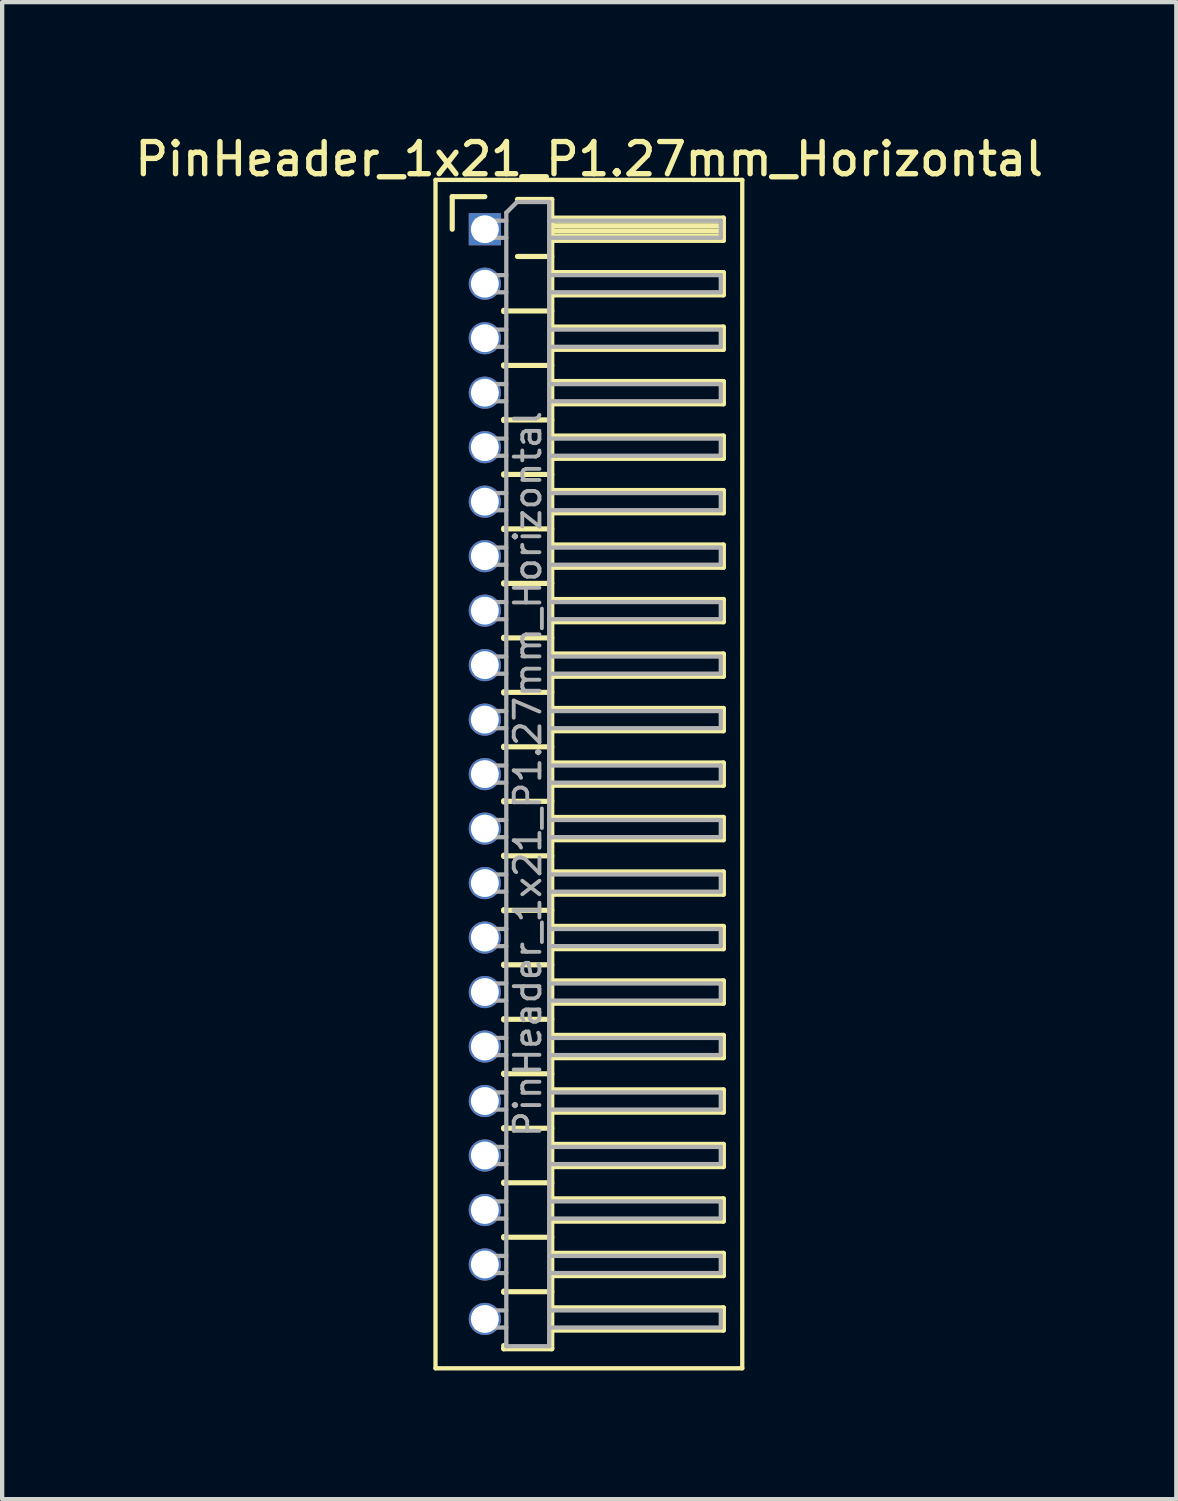
<source format=kicad_pcb>
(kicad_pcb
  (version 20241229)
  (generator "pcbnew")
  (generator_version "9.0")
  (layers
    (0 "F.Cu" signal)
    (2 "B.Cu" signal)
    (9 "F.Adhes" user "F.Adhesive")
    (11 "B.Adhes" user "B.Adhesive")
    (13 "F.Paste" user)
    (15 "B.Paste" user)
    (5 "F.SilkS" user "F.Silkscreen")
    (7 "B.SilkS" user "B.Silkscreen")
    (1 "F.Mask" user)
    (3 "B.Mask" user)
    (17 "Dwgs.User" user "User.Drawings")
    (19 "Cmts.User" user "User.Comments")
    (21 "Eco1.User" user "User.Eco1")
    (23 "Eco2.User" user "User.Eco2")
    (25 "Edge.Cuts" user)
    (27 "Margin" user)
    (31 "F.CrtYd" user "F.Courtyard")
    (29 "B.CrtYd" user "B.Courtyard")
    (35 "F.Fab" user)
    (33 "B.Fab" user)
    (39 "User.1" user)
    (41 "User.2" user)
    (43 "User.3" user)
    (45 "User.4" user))
  (footprint "PinHeader_1x21_P1.27mm_Horizontal"
    (layer "F.Cu")
    (at 8.251 2.293)
    (property "Reference" "PinHeader_1x21_P1.27mm_Horizontal" (at 2.433 -1.635 0) (layer "F.SilkS") (effects (font (size 0.75 0.75) (thickness 0.125))))
    (attr through_hole)
    (fp_line (start -1.15 -1.15) (end -1.15 26.55) (stroke (width 0.1) (type solid)) (layer "F.SilkS"))
    (fp_line (start -1.15 26.55) (end 6 26.55) (stroke (width 0.1) (type solid)) (layer "F.SilkS"))
    (fp_line (start -0.76 -0.76) (end 0 -0.76) (stroke (width 0.12) (type solid)) (layer "F.SilkS"))
    (fp_line (start -0.76 0) (end -0.76 -0.76) (stroke (width 0.12) (type solid)) (layer "F.SilkS"))
    (fp_line (start 0.44 1.89) (end 0.44 1.92) (stroke (width 0.12) (type solid)) (layer "F.SilkS"))
    (fp_line (start 0.44 1.905) (end 1.56 1.905) (stroke (width 0.12) (type solid)) (layer "F.SilkS"))
    (fp_line (start 0.44 3.16) (end 0.44 3.19) (stroke (width 0.12) (type solid)) (layer "F.SilkS"))
    (fp_line (start 0.44 3.175) (end 1.56 3.175) (stroke (width 0.12) (type solid)) (layer "F.SilkS"))
    (fp_line (start 0.44 4.43) (end 0.44 4.46) (stroke (width 0.12) (type solid)) (layer "F.SilkS"))
    (fp_line (start 0.44 4.445) (end 1.56 4.445) (stroke (width 0.12) (type solid)) (layer "F.SilkS"))
    (fp_line (start 0.44 5.7) (end 0.44 5.73) (stroke (width 0.12) (type solid)) (layer "F.SilkS"))
    (fp_line (start 0.44 5.715) (end 1.56 5.715) (stroke (width 0.12) (type solid)) (layer "F.SilkS"))
    (fp_line (start 0.44 6.97) (end 0.44 7) (stroke (width 0.12) (type solid)) (layer "F.SilkS"))
    (fp_line (start 0.44 6.985) (end 1.56 6.985) (stroke (width 0.12) (type solid)) (layer "F.SilkS"))
    (fp_line (start 0.44 8.24) (end 0.44 8.27) (stroke (width 0.12) (type solid)) (layer "F.SilkS"))
    (fp_line (start 0.44 8.255) (end 1.56 8.255) (stroke (width 0.12) (type solid)) (layer "F.SilkS"))
    (fp_line (start 0.44 9.51) (end 0.44 9.54) (stroke (width 0.12) (type solid)) (layer "F.SilkS"))
    (fp_line (start 0.44 9.525) (end 1.56 9.525) (stroke (width 0.12) (type solid)) (layer "F.SilkS"))
    (fp_line (start 0.44 10.78) (end 0.44 10.81) (stroke (width 0.12) (type solid)) (layer "F.SilkS"))
    (fp_line (start 0.44 10.795) (end 1.56 10.795) (stroke (width 0.12) (type solid)) (layer "F.SilkS"))
    (fp_line (start 0.44 12.05) (end 0.44 12.08) (stroke (width 0.12) (type solid)) (layer "F.SilkS"))
    (fp_line (start 0.44 12.065) (end 1.56 12.065) (stroke (width 0.12) (type solid)) (layer "F.SilkS"))
    (fp_line (start 0.44 13.32) (end 0.44 13.35) (stroke (width 0.12) (type solid)) (layer "F.SilkS"))
    (fp_line (start 0.44 13.335) (end 1.56 13.335) (stroke (width 0.12) (type solid)) (layer "F.SilkS"))
    (fp_line (start 0.44 14.59) (end 0.44 14.62) (stroke (width 0.12) (type solid)) (layer "F.SilkS"))
    (fp_line (start 0.44 14.605) (end 1.56 14.605) (stroke (width 0.12) (type solid)) (layer "F.SilkS"))
    (fp_line (start 0.44 15.86) (end 0.44 15.89) (stroke (width 0.12) (type solid)) (layer "F.SilkS"))
    (fp_line (start 0.44 15.875) (end 1.56 15.875) (stroke (width 0.12) (type solid)) (layer "F.SilkS"))
    (fp_line (start 0.44 17.13) (end 0.44 17.16) (stroke (width 0.12) (type solid)) (layer "F.SilkS"))
    (fp_line (start 0.44 17.145) (end 1.56 17.145) (stroke (width 0.12) (type solid)) (layer "F.SilkS"))
    (fp_line (start 0.44 18.4) (end 0.44 18.43) (stroke (width 0.12) (type solid)) (layer "F.SilkS"))
    (fp_line (start 0.44 18.415) (end 1.56 18.415) (stroke (width 0.12) (type solid)) (layer "F.SilkS"))
    (fp_line (start 0.44 19.67) (end 0.44 19.7) (stroke (width 0.12) (type solid)) (layer "F.SilkS"))
    (fp_line (start 0.44 19.685) (end 1.56 19.685) (stroke (width 0.12) (type solid)) (layer "F.SilkS"))
    (fp_line (start 0.44 20.94) (end 0.44 20.97) (stroke (width 0.12) (type solid)) (layer "F.SilkS"))
    (fp_line (start 0.44 20.955) (end 1.56 20.955) (stroke (width 0.12) (type solid)) (layer "F.SilkS"))
    (fp_line (start 0.44 22.21) (end 0.44 22.24) (stroke (width 0.12) (type solid)) (layer "F.SilkS"))
    (fp_line (start 0.44 22.225) (end 1.56 22.225) (stroke (width 0.12) (type solid)) (layer "F.SilkS"))
    (fp_line (start 0.44 23.48) (end 0.44 23.51) (stroke (width 0.12) (type solid)) (layer "F.SilkS"))
    (fp_line (start 0.44 23.495) (end 1.56 23.495) (stroke (width 0.12) (type solid)) (layer "F.SilkS"))
    (fp_line (start 0.44 24.75) (end 0.44 24.78) (stroke (width 0.12) (type solid)) (layer "F.SilkS"))
    (fp_line (start 0.44 24.765) (end 1.56 24.765) (stroke (width 0.12) (type solid)) (layer "F.SilkS"))
    (fp_line (start 0.44 26.095) (end 0.44 26.02) (stroke (width 0.12) (type solid)) (layer "F.SilkS"))
    (fp_line (start 0.76 -0.695) (end 1.56 -0.695) (stroke (width 0.12) (type solid)) (layer "F.SilkS"))
    (fp_line (start 0.76 0.635) (end 1.56 0.635) (stroke (width 0.12) (type solid)) (layer "F.SilkS"))
    (fp_line (start 1.56 -0.695) (end 1.56 26.095) (stroke (width 0.12) (type solid)) (layer "F.SilkS"))
    (fp_line (start 1.56 -0.26) (end 5.56 -0.26) (stroke (width 0.12) (type solid)) (layer "F.SilkS"))
    (fp_line (start 1.56 -0.2) (end 5.56 -0.2) (stroke (width 0.12) (type solid)) (layer "F.SilkS"))
    (fp_line (start 1.56 -0.08) (end 5.56 -0.08) (stroke (width 0.12) (type solid)) (layer "F.SilkS"))
    (fp_line (start 1.56 0.04) (end 5.56 0.04) (stroke (width 0.12) (type solid)) (layer "F.SilkS"))
    (fp_line (start 1.56 0.16) (end 5.56 0.16) (stroke (width 0.12) (type solid)) (layer "F.SilkS"))
    (fp_line (start 1.56 1.01) (end 5.56 1.01) (stroke (width 0.12) (type solid)) (layer "F.SilkS"))
    (fp_line (start 1.56 2.28) (end 5.56 2.28) (stroke (width 0.12) (type solid)) (layer "F.SilkS"))
    (fp_line (start 1.56 3.55) (end 5.56 3.55) (stroke (width 0.12) (type solid)) (layer "F.SilkS"))
    (fp_line (start 1.56 4.82) (end 5.56 4.82) (stroke (width 0.12) (type solid)) (layer "F.SilkS"))
    (fp_line (start 1.56 6.09) (end 5.56 6.09) (stroke (width 0.12) (type solid)) (layer "F.SilkS"))
    (fp_line (start 1.56 7.36) (end 5.56 7.36) (stroke (width 0.12) (type solid)) (layer "F.SilkS"))
    (fp_line (start 1.56 8.63) (end 5.56 8.63) (stroke (width 0.12) (type solid)) (layer "F.SilkS"))
    (fp_line (start 1.56 9.9) (end 5.56 9.9) (stroke (width 0.12) (type solid)) (layer "F.SilkS"))
    (fp_line (start 1.56 11.17) (end 5.56 11.17) (stroke (width 0.12) (type solid)) (layer "F.SilkS"))
    (fp_line (start 1.56 12.44) (end 5.56 12.44) (stroke (width 0.12) (type solid)) (layer "F.SilkS"))
    (fp_line (start 1.56 13.71) (end 5.56 13.71) (stroke (width 0.12) (type solid)) (layer "F.SilkS"))
    (fp_line (start 1.56 14.98) (end 5.56 14.98) (stroke (width 0.12) (type solid)) (layer "F.SilkS"))
    (fp_line (start 1.56 16.25) (end 5.56 16.25) (stroke (width 0.12) (type solid)) (layer "F.SilkS"))
    (fp_line (start 1.56 17.52) (end 5.56 17.52) (stroke (width 0.12) (type solid)) (layer "F.SilkS"))
    (fp_line (start 1.56 18.79) (end 5.56 18.79) (stroke (width 0.12) (type solid)) (layer "F.SilkS"))
    (fp_line (start 1.56 20.06) (end 5.56 20.06) (stroke (width 0.12) (type solid)) (layer "F.SilkS"))
    (fp_line (start 1.56 21.33) (end 5.56 21.33) (stroke (width 0.12) (type solid)) (layer "F.SilkS"))
    (fp_line (start 1.56 22.6) (end 5.56 22.6) (stroke (width 0.12) (type solid)) (layer "F.SilkS"))
    (fp_line (start 1.56 23.87) (end 5.56 23.87) (stroke (width 0.12) (type solid)) (layer "F.SilkS"))
    (fp_line (start 1.56 25.14) (end 5.56 25.14) (stroke (width 0.12) (type solid)) (layer "F.SilkS"))
    (fp_line (start 1.56 26.095) (end 0.44 26.095) (stroke (width 0.12) (type solid)) (layer "F.SilkS"))
    (fp_line (start 5.56 -0.26) (end 5.56 0.26) (stroke (width 0.12) (type solid)) (layer "F.SilkS"))
    (fp_line (start 5.56 0.26) (end 1.56 0.26) (stroke (width 0.12) (type solid)) (layer "F.SilkS"))
    (fp_line (start 5.56 1.01) (end 5.56 1.53) (stroke (width 0.12) (type solid)) (layer "F.SilkS"))
    (fp_line (start 5.56 1.53) (end 1.56 1.53) (stroke (width 0.12) (type solid)) (layer "F.SilkS"))
    (fp_line (start 5.56 2.28) (end 5.56 2.8) (stroke (width 0.12) (type solid)) (layer "F.SilkS"))
    (fp_line (start 5.56 2.8) (end 1.56 2.8) (stroke (width 0.12) (type solid)) (layer "F.SilkS"))
    (fp_line (start 5.56 3.55) (end 5.56 4.07) (stroke (width 0.12) (type solid)) (layer "F.SilkS"))
    (fp_line (start 5.56 4.07) (end 1.56 4.07) (stroke (width 0.12) (type solid)) (layer "F.SilkS"))
    (fp_line (start 5.56 4.82) (end 5.56 5.34) (stroke (width 0.12) (type solid)) (layer "F.SilkS"))
    (fp_line (start 5.56 5.34) (end 1.56 5.34) (stroke (width 0.12) (type solid)) (layer "F.SilkS"))
    (fp_line (start 5.56 6.09) (end 5.56 6.61) (stroke (width 0.12) (type solid)) (layer "F.SilkS"))
    (fp_line (start 5.56 6.61) (end 1.56 6.61) (stroke (width 0.12) (type solid)) (layer "F.SilkS"))
    (fp_line (start 5.56 7.36) (end 5.56 7.88) (stroke (width 0.12) (type solid)) (layer "F.SilkS"))
    (fp_line (start 5.56 7.88) (end 1.56 7.88) (stroke (width 0.12) (type solid)) (layer "F.SilkS"))
    (fp_line (start 5.56 8.63) (end 5.56 9.15) (stroke (width 0.12) (type solid)) (layer "F.SilkS"))
    (fp_line (start 5.56 9.15) (end 1.56 9.15) (stroke (width 0.12) (type solid)) (layer "F.SilkS"))
    (fp_line (start 5.56 9.9) (end 5.56 10.42) (stroke (width 0.12) (type solid)) (layer "F.SilkS"))
    (fp_line (start 5.56 10.42) (end 1.56 10.42) (stroke (width 0.12) (type solid)) (layer "F.SilkS"))
    (fp_line (start 5.56 11.17) (end 5.56 11.69) (stroke (width 0.12) (type solid)) (layer "F.SilkS"))
    (fp_line (start 5.56 11.69) (end 1.56 11.69) (stroke (width 0.12) (type solid)) (layer "F.SilkS"))
    (fp_line (start 5.56 12.44) (end 5.56 12.96) (stroke (width 0.12) (type solid)) (layer "F.SilkS"))
    (fp_line (start 5.56 12.96) (end 1.56 12.96) (stroke (width 0.12) (type solid)) (layer "F.SilkS"))
    (fp_line (start 5.56 13.71) (end 5.56 14.23) (stroke (width 0.12) (type solid)) (layer "F.SilkS"))
    (fp_line (start 5.56 14.23) (end 1.56 14.23) (stroke (width 0.12) (type solid)) (layer "F.SilkS"))
    (fp_line (start 5.56 14.98) (end 5.56 15.5) (stroke (width 0.12) (type solid)) (layer "F.SilkS"))
    (fp_line (start 5.56 15.5) (end 1.56 15.5) (stroke (width 0.12) (type solid)) (layer "F.SilkS"))
    (fp_line (start 5.56 16.25) (end 5.56 16.77) (stroke (width 0.12) (type solid)) (layer "F.SilkS"))
    (fp_line (start 5.56 16.77) (end 1.56 16.77) (stroke (width 0.12) (type solid)) (layer "F.SilkS"))
    (fp_line (start 5.56 17.52) (end 5.56 18.04) (stroke (width 0.12) (type solid)) (layer "F.SilkS"))
    (fp_line (start 5.56 18.04) (end 1.56 18.04) (stroke (width 0.12) (type solid)) (layer "F.SilkS"))
    (fp_line (start 5.56 18.79) (end 5.56 19.31) (stroke (width 0.12) (type solid)) (layer "F.SilkS"))
    (fp_line (start 5.56 19.31) (end 1.56 19.31) (stroke (width 0.12) (type solid)) (layer "F.SilkS"))
    (fp_line (start 5.56 20.06) (end 5.56 20.58) (stroke (width 0.12) (type solid)) (layer "F.SilkS"))
    (fp_line (start 5.56 20.58) (end 1.56 20.58) (stroke (width 0.12) (type solid)) (layer "F.SilkS"))
    (fp_line (start 5.56 21.33) (end 5.56 21.85) (stroke (width 0.12) (type solid)) (layer "F.SilkS"))
    (fp_line (start 5.56 21.85) (end 1.56 21.85) (stroke (width 0.12) (type solid)) (layer "F.SilkS"))
    (fp_line (start 5.56 22.6) (end 5.56 23.12) (stroke (width 0.12) (type solid)) (layer "F.SilkS"))
    (fp_line (start 5.56 23.12) (end 1.56 23.12) (stroke (width 0.12) (type solid)) (layer "F.SilkS"))
    (fp_line (start 5.56 23.87) (end 5.56 24.39) (stroke (width 0.12) (type solid)) (layer "F.SilkS"))
    (fp_line (start 5.56 24.39) (end 1.56 24.39) (stroke (width 0.12) (type solid)) (layer "F.SilkS"))
    (fp_line (start 5.56 25.14) (end 5.56 25.66) (stroke (width 0.12) (type solid)) (layer "F.SilkS"))
    (fp_line (start 5.56 25.66) (end 1.56 25.66) (stroke (width 0.12) (type solid)) (layer "F.SilkS"))
    (fp_line (start 6 -1.15) (end -1.15 -1.15) (stroke (width 0.1) (type solid)) (layer "F.SilkS"))
    (fp_line (start 6 26.55) (end 6 -1.15) (stroke (width 0.1) (type solid)) (layer "F.SilkS"))
    (fp_line (start -0.2 -0.2) (end -0.2 0.2) (stroke (width 0.1) (type solid)) (layer "F.Fab"))
    (fp_line (start -0.2 -0.2) (end 0.5 -0.2) (stroke (width 0.1) (type solid)) (layer "F.Fab"))
    (fp_line (start -0.2 0.2) (end 0.5 0.2) (stroke (width 0.1) (type solid)) (layer "F.Fab"))
    (fp_line (start -0.2 1.07) (end -0.2 1.47) (stroke (width 0.1) (type solid)) (layer "F.Fab"))
    (fp_line (start -0.2 1.07) (end 0.5 1.07) (stroke (width 0.1) (type solid)) (layer "F.Fab"))
    (fp_line (start -0.2 1.47) (end 0.5 1.47) (stroke (width 0.1) (type solid)) (layer "F.Fab"))
    (fp_line (start -0.2 2.34) (end -0.2 2.74) (stroke (width 0.1) (type solid)) (layer "F.Fab"))
    (fp_line (start -0.2 2.34) (end 0.5 2.34) (stroke (width 0.1) (type solid)) (layer "F.Fab"))
    (fp_line (start -0.2 2.74) (end 0.5 2.74) (stroke (width 0.1) (type solid)) (layer "F.Fab"))
    (fp_line (start -0.2 3.61) (end -0.2 4.01) (stroke (width 0.1) (type solid)) (layer "F.Fab"))
    (fp_line (start -0.2 3.61) (end 0.5 3.61) (stroke (width 0.1) (type solid)) (layer "F.Fab"))
    (fp_line (start -0.2 4.01) (end 0.5 4.01) (stroke (width 0.1) (type solid)) (layer "F.Fab"))
    (fp_line (start -0.2 4.88) (end -0.2 5.28) (stroke (width 0.1) (type solid)) (layer "F.Fab"))
    (fp_line (start -0.2 4.88) (end 0.5 4.88) (stroke (width 0.1) (type solid)) (layer "F.Fab"))
    (fp_line (start -0.2 5.28) (end 0.5 5.28) (stroke (width 0.1) (type solid)) (layer "F.Fab"))
    (fp_line (start -0.2 6.15) (end -0.2 6.55) (stroke (width 0.1) (type solid)) (layer "F.Fab"))
    (fp_line (start -0.2 6.15) (end 0.5 6.15) (stroke (width 0.1) (type solid)) (layer "F.Fab"))
    (fp_line (start -0.2 6.55) (end 0.5 6.55) (stroke (width 0.1) (type solid)) (layer "F.Fab"))
    (fp_line (start -0.2 7.42) (end -0.2 7.82) (stroke (width 0.1) (type solid)) (layer "F.Fab"))
    (fp_line (start -0.2 7.42) (end 0.5 7.42) (stroke (width 0.1) (type solid)) (layer "F.Fab"))
    (fp_line (start -0.2 7.82) (end 0.5 7.82) (stroke (width 0.1) (type solid)) (layer "F.Fab"))
    (fp_line (start -0.2 8.69) (end -0.2 9.09) (stroke (width 0.1) (type solid)) (layer "F.Fab"))
    (fp_line (start -0.2 8.69) (end 0.5 8.69) (stroke (width 0.1) (type solid)) (layer "F.Fab"))
    (fp_line (start -0.2 9.09) (end 0.5 9.09) (stroke (width 0.1) (type solid)) (layer "F.Fab"))
    (fp_line (start -0.2 9.96) (end -0.2 10.36) (stroke (width 0.1) (type solid)) (layer "F.Fab"))
    (fp_line (start -0.2 9.96) (end 0.5 9.96) (stroke (width 0.1) (type solid)) (layer "F.Fab"))
    (fp_line (start -0.2 10.36) (end 0.5 10.36) (stroke (width 0.1) (type solid)) (layer "F.Fab"))
    (fp_line (start -0.2 11.23) (end -0.2 11.63) (stroke (width 0.1) (type solid)) (layer "F.Fab"))
    (fp_line (start -0.2 11.23) (end 0.5 11.23) (stroke (width 0.1) (type solid)) (layer "F.Fab"))
    (fp_line (start -0.2 11.63) (end 0.5 11.63) (stroke (width 0.1) (type solid)) (layer "F.Fab"))
    (fp_line (start -0.2 12.5) (end -0.2 12.9) (stroke (width 0.1) (type solid)) (layer "F.Fab"))
    (fp_line (start -0.2 12.5) (end 0.5 12.5) (stroke (width 0.1) (type solid)) (layer "F.Fab"))
    (fp_line (start -0.2 12.9) (end 0.5 12.9) (stroke (width 0.1) (type solid)) (layer "F.Fab"))
    (fp_line (start -0.2 13.77) (end -0.2 14.17) (stroke (width 0.1) (type solid)) (layer "F.Fab"))
    (fp_line (start -0.2 13.77) (end 0.5 13.77) (stroke (width 0.1) (type solid)) (layer "F.Fab"))
    (fp_line (start -0.2 14.17) (end 0.5 14.17) (stroke (width 0.1) (type solid)) (layer "F.Fab"))
    (fp_line (start -0.2 15.04) (end -0.2 15.44) (stroke (width 0.1) (type solid)) (layer "F.Fab"))
    (fp_line (start -0.2 15.04) (end 0.5 15.04) (stroke (width 0.1) (type solid)) (layer "F.Fab"))
    (fp_line (start -0.2 15.44) (end 0.5 15.44) (stroke (width 0.1) (type solid)) (layer "F.Fab"))
    (fp_line (start -0.2 16.31) (end -0.2 16.71) (stroke (width 0.1) (type solid)) (layer "F.Fab"))
    (fp_line (start -0.2 16.31) (end 0.5 16.31) (stroke (width 0.1) (type solid)) (layer "F.Fab"))
    (fp_line (start -0.2 16.71) (end 0.5 16.71) (stroke (width 0.1) (type solid)) (layer "F.Fab"))
    (fp_line (start -0.2 17.58) (end -0.2 17.98) (stroke (width 0.1) (type solid)) (layer "F.Fab"))
    (fp_line (start -0.2 17.58) (end 0.5 17.58) (stroke (width 0.1) (type solid)) (layer "F.Fab"))
    (fp_line (start -0.2 17.98) (end 0.5 17.98) (stroke (width 0.1) (type solid)) (layer "F.Fab"))
    (fp_line (start -0.2 18.85) (end -0.2 19.25) (stroke (width 0.1) (type solid)) (layer "F.Fab"))
    (fp_line (start -0.2 18.85) (end 0.5 18.85) (stroke (width 0.1) (type solid)) (layer "F.Fab"))
    (fp_line (start -0.2 19.25) (end 0.5 19.25) (stroke (width 0.1) (type solid)) (layer "F.Fab"))
    (fp_line (start -0.2 20.12) (end -0.2 20.52) (stroke (width 0.1) (type solid)) (layer "F.Fab"))
    (fp_line (start -0.2 20.12) (end 0.5 20.12) (stroke (width 0.1) (type solid)) (layer "F.Fab"))
    (fp_line (start -0.2 20.52) (end 0.5 20.52) (stroke (width 0.1) (type solid)) (layer "F.Fab"))
    (fp_line (start -0.2 21.39) (end -0.2 21.79) (stroke (width 0.1) (type solid)) (layer "F.Fab"))
    (fp_line (start -0.2 21.39) (end 0.5 21.39) (stroke (width 0.1) (type solid)) (layer "F.Fab"))
    (fp_line (start -0.2 21.79) (end 0.5 21.79) (stroke (width 0.1) (type solid)) (layer "F.Fab"))
    (fp_line (start -0.2 22.66) (end -0.2 23.06) (stroke (width 0.1) (type solid)) (layer "F.Fab"))
    (fp_line (start -0.2 22.66) (end 0.5 22.66) (stroke (width 0.1) (type solid)) (layer "F.Fab"))
    (fp_line (start -0.2 23.06) (end 0.5 23.06) (stroke (width 0.1) (type solid)) (layer "F.Fab"))
    (fp_line (start -0.2 23.93) (end -0.2 24.33) (stroke (width 0.1) (type solid)) (layer "F.Fab"))
    (fp_line (start -0.2 23.93) (end 0.5 23.93) (stroke (width 0.1) (type solid)) (layer "F.Fab"))
    (fp_line (start -0.2 24.33) (end 0.5 24.33) (stroke (width 0.1) (type solid)) (layer "F.Fab"))
    (fp_line (start -0.2 25.2) (end -0.2 25.6) (stroke (width 0.1) (type solid)) (layer "F.Fab"))
    (fp_line (start -0.2 25.2) (end 0.5 25.2) (stroke (width 0.1) (type solid)) (layer "F.Fab"))
    (fp_line (start -0.2 25.6) (end 0.5 25.6) (stroke (width 0.1) (type solid)) (layer "F.Fab"))
    (fp_line (start 0.5 -0.385) (end 0.75 -0.635) (stroke (width 0.1) (type solid)) (layer "F.Fab"))
    (fp_line (start 0.5 26.035) (end 0.5 -0.385) (stroke (width 0.1) (type solid)) (layer "F.Fab"))
    (fp_line (start 0.75 -0.635) (end 1.5 -0.635) (stroke (width 0.1) (type solid)) (layer "F.Fab"))
    (fp_line (start 1.5 -0.635) (end 1.5 26.035) (stroke (width 0.1) (type solid)) (layer "F.Fab"))
    (fp_line (start 1.5 -0.2) (end 5.5 -0.2) (stroke (width 0.1) (type solid)) (layer "F.Fab"))
    (fp_line (start 1.5 0.2) (end 5.5 0.2) (stroke (width 0.1) (type solid)) (layer "F.Fab"))
    (fp_line (start 1.5 1.07) (end 5.5 1.07) (stroke (width 0.1) (type solid)) (layer "F.Fab"))
    (fp_line (start 1.5 1.47) (end 5.5 1.47) (stroke (width 0.1) (type solid)) (layer "F.Fab"))
    (fp_line (start 1.5 2.34) (end 5.5 2.34) (stroke (width 0.1) (type solid)) (layer "F.Fab"))
    (fp_line (start 1.5 2.74) (end 5.5 2.74) (stroke (width 0.1) (type solid)) (layer "F.Fab"))
    (fp_line (start 1.5 3.61) (end 5.5 3.61) (stroke (width 0.1) (type solid)) (layer "F.Fab"))
    (fp_line (start 1.5 4.01) (end 5.5 4.01) (stroke (width 0.1) (type solid)) (layer "F.Fab"))
    (fp_line (start 1.5 4.88) (end 5.5 4.88) (stroke (width 0.1) (type solid)) (layer "F.Fab"))
    (fp_line (start 1.5 5.28) (end 5.5 5.28) (stroke (width 0.1) (type solid)) (layer "F.Fab"))
    (fp_line (start 1.5 6.15) (end 5.5 6.15) (stroke (width 0.1) (type solid)) (layer "F.Fab"))
    (fp_line (start 1.5 6.55) (end 5.5 6.55) (stroke (width 0.1) (type solid)) (layer "F.Fab"))
    (fp_line (start 1.5 7.42) (end 5.5 7.42) (stroke (width 0.1) (type solid)) (layer "F.Fab"))
    (fp_line (start 1.5 7.82) (end 5.5 7.82) (stroke (width 0.1) (type solid)) (layer "F.Fab"))
    (fp_line (start 1.5 8.69) (end 5.5 8.69) (stroke (width 0.1) (type solid)) (layer "F.Fab"))
    (fp_line (start 1.5 9.09) (end 5.5 9.09) (stroke (width 0.1) (type solid)) (layer "F.Fab"))
    (fp_line (start 1.5 9.96) (end 5.5 9.96) (stroke (width 0.1) (type solid)) (layer "F.Fab"))
    (fp_line (start 1.5 10.36) (end 5.5 10.36) (stroke (width 0.1) (type solid)) (layer "F.Fab"))
    (fp_line (start 1.5 11.23) (end 5.5 11.23) (stroke (width 0.1) (type solid)) (layer "F.Fab"))
    (fp_line (start 1.5 11.63) (end 5.5 11.63) (stroke (width 0.1) (type solid)) (layer "F.Fab"))
    (fp_line (start 1.5 12.5) (end 5.5 12.5) (stroke (width 0.1) (type solid)) (layer "F.Fab"))
    (fp_line (start 1.5 12.9) (end 5.5 12.9) (stroke (width 0.1) (type solid)) (layer "F.Fab"))
    (fp_line (start 1.5 13.77) (end 5.5 13.77) (stroke (width 0.1) (type solid)) (layer "F.Fab"))
    (fp_line (start 1.5 14.17) (end 5.5 14.17) (stroke (width 0.1) (type solid)) (layer "F.Fab"))
    (fp_line (start 1.5 15.04) (end 5.5 15.04) (stroke (width 0.1) (type solid)) (layer "F.Fab"))
    (fp_line (start 1.5 15.44) (end 5.5 15.44) (stroke (width 0.1) (type solid)) (layer "F.Fab"))
    (fp_line (start 1.5 16.31) (end 5.5 16.31) (stroke (width 0.1) (type solid)) (layer "F.Fab"))
    (fp_line (start 1.5 16.71) (end 5.5 16.71) (stroke (width 0.1) (type solid)) (layer "F.Fab"))
    (fp_line (start 1.5 17.58) (end 5.5 17.58) (stroke (width 0.1) (type solid)) (layer "F.Fab"))
    (fp_line (start 1.5 17.98) (end 5.5 17.98) (stroke (width 0.1) (type solid)) (layer "F.Fab"))
    (fp_line (start 1.5 18.85) (end 5.5 18.85) (stroke (width 0.1) (type solid)) (layer "F.Fab"))
    (fp_line (start 1.5 19.25) (end 5.5 19.25) (stroke (width 0.1) (type solid)) (layer "F.Fab"))
    (fp_line (start 1.5 20.12) (end 5.5 20.12) (stroke (width 0.1) (type solid)) (layer "F.Fab"))
    (fp_line (start 1.5 20.52) (end 5.5 20.52) (stroke (width 0.1) (type solid)) (layer "F.Fab"))
    (fp_line (start 1.5 21.39) (end 5.5 21.39) (stroke (width 0.1) (type solid)) (layer "F.Fab"))
    (fp_line (start 1.5 21.79) (end 5.5 21.79) (stroke (width 0.1) (type solid)) (layer "F.Fab"))
    (fp_line (start 1.5 22.66) (end 5.5 22.66) (stroke (width 0.1) (type solid)) (layer "F.Fab"))
    (fp_line (start 1.5 23.06) (end 5.5 23.06) (stroke (width 0.1) (type solid)) (layer "F.Fab"))
    (fp_line (start 1.5 23.93) (end 5.5 23.93) (stroke (width 0.1) (type solid)) (layer "F.Fab"))
    (fp_line (start 1.5 24.33) (end 5.5 24.33) (stroke (width 0.1) (type solid)) (layer "F.Fab"))
    (fp_line (start 1.5 25.2) (end 5.5 25.2) (stroke (width 0.1) (type solid)) (layer "F.Fab"))
    (fp_line (start 1.5 25.6) (end 5.5 25.6) (stroke (width 0.1) (type solid)) (layer "F.Fab"))
    (fp_line (start 1.5 26.035) (end 0.5 26.035) (stroke (width 0.1) (type solid)) (layer "F.Fab"))
    (fp_line (start 5.5 -0.2) (end 5.5 0.2) (stroke (width 0.1) (type solid)) (layer "F.Fab"))
    (fp_line (start 5.5 1.07) (end 5.5 1.47) (stroke (width 0.1) (type solid)) (layer "F.Fab"))
    (fp_line (start 5.5 2.34) (end 5.5 2.74) (stroke (width 0.1) (type solid)) (layer "F.Fab"))
    (fp_line (start 5.5 3.61) (end 5.5 4.01) (stroke (width 0.1) (type solid)) (layer "F.Fab"))
    (fp_line (start 5.5 4.88) (end 5.5 5.28) (stroke (width 0.1) (type solid)) (layer "F.Fab"))
    (fp_line (start 5.5 6.15) (end 5.5 6.55) (stroke (width 0.1) (type solid)) (layer "F.Fab"))
    (fp_line (start 5.5 7.42) (end 5.5 7.82) (stroke (width 0.1) (type solid)) (layer "F.Fab"))
    (fp_line (start 5.5 8.69) (end 5.5 9.09) (stroke (width 0.1) (type solid)) (layer "F.Fab"))
    (fp_line (start 5.5 9.96) (end 5.5 10.36) (stroke (width 0.1) (type solid)) (layer "F.Fab"))
    (fp_line (start 5.5 11.23) (end 5.5 11.63) (stroke (width 0.1) (type solid)) (layer "F.Fab"))
    (fp_line (start 5.5 12.5) (end 5.5 12.9) (stroke (width 0.1) (type solid)) (layer "F.Fab"))
    (fp_line (start 5.5 13.77) (end 5.5 14.17) (stroke (width 0.1) (type solid)) (layer "F.Fab"))
    (fp_line (start 5.5 15.04) (end 5.5 15.44) (stroke (width 0.1) (type solid)) (layer "F.Fab"))
    (fp_line (start 5.5 16.31) (end 5.5 16.71) (stroke (width 0.1) (type solid)) (layer "F.Fab"))
    (fp_line (start 5.5 17.58) (end 5.5 17.98) (stroke (width 0.1) (type solid)) (layer "F.Fab"))
    (fp_line (start 5.5 18.85) (end 5.5 19.25) (stroke (width 0.1) (type solid)) (layer "F.Fab"))
    (fp_line (start 5.5 20.12) (end 5.5 20.52) (stroke (width 0.1) (type solid)) (layer "F.Fab"))
    (fp_line (start 5.5 21.39) (end 5.5 21.79) (stroke (width 0.1) (type solid)) (layer "F.Fab"))
    (fp_line (start 5.5 22.66) (end 5.5 23.06) (stroke (width 0.1) (type solid)) (layer "F.Fab"))
    (fp_line (start 5.5 23.93) (end 5.5 24.33) (stroke (width 0.1) (type solid)) (layer "F.Fab"))
    (fp_line (start 5.5 25.2) (end 5.5 25.6) (stroke (width 0.1) (type solid)) (layer "F.Fab"))
    (fp_text user "${REFERENCE}" (at 1 12.7 90) (layer "F.Fab") (effects (font (size 0.6 0.6) (thickness 0.09))))
    (pad "1" thru_hole rect (at 0 0) (size 0.75 0.75) (drill 0.65) (layers "*.Cu" "*.Mask"))
    (pad "2" thru_hole oval (at 0 1.27) (size 0.75 0.75) (drill 0.65) (layers "*.Cu" "*.Mask"))
    (pad "3" thru_hole oval (at 0 2.54) (size 0.75 0.75) (drill 0.65) (layers "*.Cu" "*.Mask"))
    (pad "4" thru_hole oval (at 0 3.81) (size 0.75 0.75) (drill 0.65) (layers "*.Cu" "*.Mask"))
    (pad "5" thru_hole oval (at 0 5.08) (size 0.75 0.75) (drill 0.65) (layers "*.Cu" "*.Mask"))
    (pad "6" thru_hole oval (at 0 6.35) (size 0.75 0.75) (drill 0.65) (layers "*.Cu" "*.Mask"))
    (pad "7" thru_hole oval (at 0 7.62) (size 0.75 0.75) (drill 0.65) (layers "*.Cu" "*.Mask"))
    (pad "8" thru_hole oval (at 0 8.89) (size 0.75 0.75) (drill 0.65) (layers "*.Cu" "*.Mask"))
    (pad "9" thru_hole oval (at 0 10.16) (size 0.75 0.75) (drill 0.65) (layers "*.Cu" "*.Mask"))
    (pad "10" thru_hole oval (at 0 11.43) (size 0.75 0.75) (drill 0.65) (layers "*.Cu" "*.Mask"))
    (pad "11" thru_hole oval (at 0 12.7) (size 0.75 0.75) (drill 0.65) (layers "*.Cu" "*.Mask"))
    (pad "12" thru_hole oval (at 0 13.97) (size 0.75 0.75) (drill 0.65) (layers "*.Cu" "*.Mask"))
    (pad "13" thru_hole oval (at 0 15.24) (size 0.75 0.75) (drill 0.65) (layers "*.Cu" "*.Mask"))
    (pad "14" thru_hole oval (at 0 16.51) (size 0.75 0.75) (drill 0.65) (layers "*.Cu" "*.Mask"))
    (pad "15" thru_hole oval (at 0 17.78) (size 0.75 0.75) (drill 0.65) (layers "*.Cu" "*.Mask"))
    (pad "16" thru_hole oval (at 0 19.05) (size 0.75 0.75) (drill 0.65) (layers "*.Cu" "*.Mask"))
    (pad "17" thru_hole oval (at 0 20.32) (size 0.75 0.75) (drill 0.65) (layers "*.Cu" "*.Mask"))
    (pad "18" thru_hole oval (at 0 21.59) (size 0.75 0.75) (drill 0.65) (layers "*.Cu" "*.Mask"))
    (pad "19" thru_hole oval (at 0 22.86) (size 0.75 0.75) (drill 0.65) (layers "*.Cu" "*.Mask"))
    (pad "20" thru_hole oval (at 0 24.13) (size 0.75 0.75) (drill 0.65) (layers "*.Cu" "*.Mask"))
    (pad "21" thru_hole oval (at 0 25.4) (size 0.75 0.75) (drill 0.65) (layers "*.Cu" "*.Mask")))
  (gr_rect
    (start -3 -3)
    (end 24.368 31.893)
    (stroke (width 0.1) (type default))
    (fill no)
    (layer "Edge.Cuts")))
</source>
